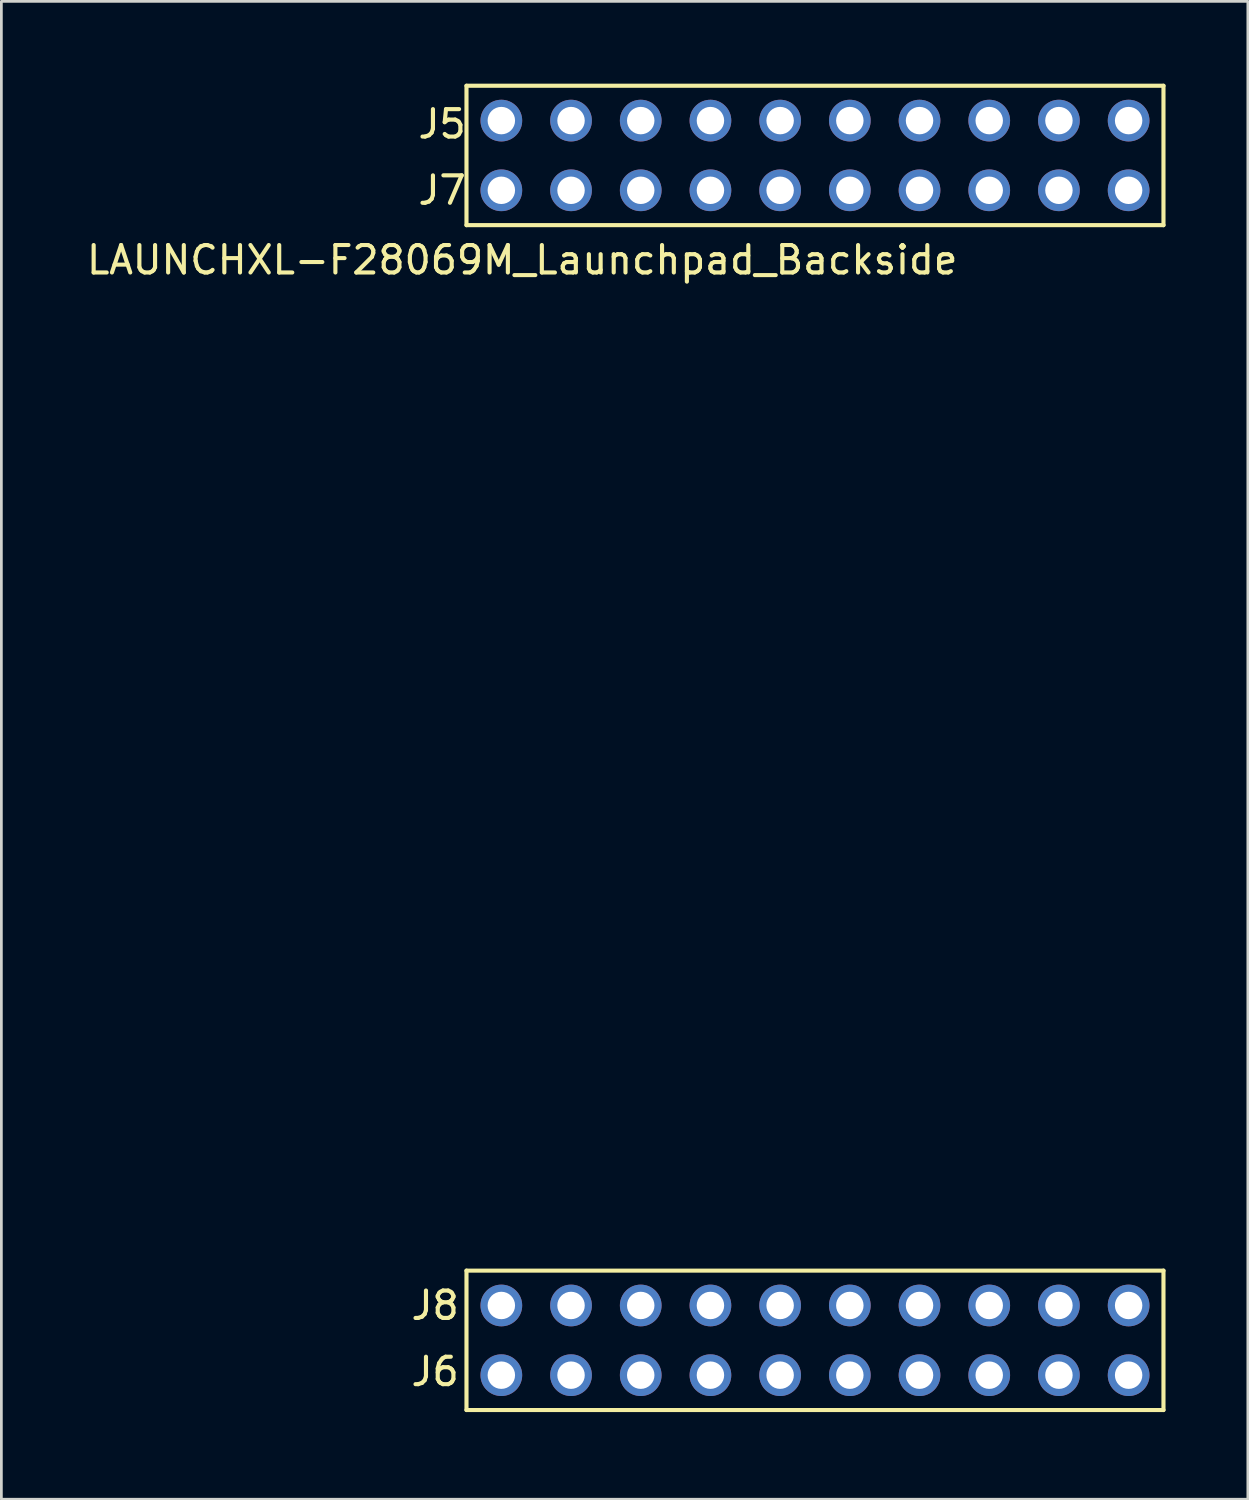
<source format=kicad_pcb>
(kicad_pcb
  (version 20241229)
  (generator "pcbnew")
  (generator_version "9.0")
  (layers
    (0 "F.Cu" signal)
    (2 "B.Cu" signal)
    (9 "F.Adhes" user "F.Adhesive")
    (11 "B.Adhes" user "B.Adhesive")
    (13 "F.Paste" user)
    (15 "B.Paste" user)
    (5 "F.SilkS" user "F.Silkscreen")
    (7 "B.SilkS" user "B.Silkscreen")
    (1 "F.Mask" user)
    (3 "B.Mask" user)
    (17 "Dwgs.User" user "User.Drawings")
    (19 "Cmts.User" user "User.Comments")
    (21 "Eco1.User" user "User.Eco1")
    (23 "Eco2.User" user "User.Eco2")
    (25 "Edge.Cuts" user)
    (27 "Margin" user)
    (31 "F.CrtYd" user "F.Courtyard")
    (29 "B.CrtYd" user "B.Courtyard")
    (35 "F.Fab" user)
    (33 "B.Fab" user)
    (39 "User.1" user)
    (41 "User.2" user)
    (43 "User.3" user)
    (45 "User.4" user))
  (footprint "LAUNCHXL-F28069M_Launchpad_Backside"
    (layer "F.Cu")
    (at 13.95 48.335)
    (property "Reference" "LAUNCHXL-F28069M_Launchpad_Backside" (at 2.032 -41.91 0) (layer "F.SilkS") (effects (font (size 1 1) (thickness 0.15))))
    (attr through_hole)
    (fp_line (start 0 -48.26) (end 0 -43.18) (stroke (width 0.15) (type solid)) (layer "F.SilkS"))
    (fp_line (start 0 -43.18) (end 25.4 -43.18) (stroke (width 0.15) (type solid)) (layer "F.SilkS"))
    (fp_line (start 0 -5.08) (end 0 0) (stroke (width 0.15) (type solid)) (layer "F.SilkS"))
    (fp_line (start 0 0) (end 25.4 0) (stroke (width 0.15) (type solid)) (layer "F.SilkS"))
    (fp_line (start 25.4 -48.26) (end 0 -48.26) (stroke (width 0.15) (type solid)) (layer "F.SilkS"))
    (fp_line (start 25.4 -43.18) (end 25.4 -48.26) (stroke (width 0.15) (type solid)) (layer "F.SilkS"))
    (fp_line (start 25.4 -5.08) (end 0 -5.08) (stroke (width 0.15) (type solid)) (layer "F.SilkS"))
    (fp_line (start 25.4 0) (end 25.4 -5.08) (stroke (width 0.15) (type solid)) (layer "F.SilkS"))
    (fp_text user "J8" (at -1.143 -3.81 0) (layer "F.SilkS") (effects (font (size 1 1) (thickness 0.15))))
    (fp_text user "J7" (at -0.889 -44.45 0) (layer "F.SilkS") (effects (font (size 1 1) (thickness 0.15))))
    (fp_text user "J5" (at -0.889 -46.863 0) (layer "F.SilkS") (effects (font (size 1 1) (thickness 0.15))))
    (fp_text user "J6" (at -1.143 -1.397 0) (layer "F.SilkS") (effects (font (size 1 1) (thickness 0.15))))
    (pad "+3V3" thru_hole circle (at 24.13 -46.99) (size 1.52 1.52) (drill 1) (layers "*.Cu" "*.Mask" "F.Paste"))
    (pad "+5V" thru_hole circle (at 24.13 -44.45) (size 1.52 1.52) (drill 1) (layers "*.Cu" "*.Mask" "F.Paste"))
    (pad "A_A3" thru_hole circle (at 8.89 -44.45) (size 1.52 1.52) (drill 1) (layers "*.Cu" "*.Mask" "F.Paste"))
    (pad "A_A4" thru_hole circle (at 3.81 -44.45) (size 1.52 1.52) (drill 1) (layers "*.Cu" "*.Mask" "F.Paste"))
    (pad "A_A5" thru_hole circle (at 13.97 -44.45) (size 1.52 1.52) (drill 1) (layers "*.Cu" "*.Mask" "F.Paste"))
    (pad "A_B3" thru_hole circle (at 6.35 -44.45) (size 1.52 1.52) (drill 1) (layers "*.Cu" "*.Mask" "F.Paste"))
    (pad "A_B4" thru_hole circle (at 16.51 -44.45) (size 1.52 1.52) (drill 1) (layers "*.Cu" "*.Mask" "F.Paste"))
    (pad "A_B5" thru_hole circle (at 11.43 -44.45) (size 1.52 1.52) (drill 1) (layers "*.Cu" "*.Mask" "F.Paste"))
    (pad "A_B7" thru_hole circle (at 19.05 -44.45) (size 1.52 1.52) (drill 1) (layers "*.Cu" "*.Mask" "F.Paste"))
    (pad "DAC3" thru_hole circle (at 3.81 -3.81) (size 1.52 1.52) (drill 1) (layers "*.Cu" "*.Mask" "F.Paste"))
    (pad "DAC4" thru_hole circle (at 1.27 -3.81) (size 1.52 1.52) (drill 1) (layers "*.Cu" "*.Mask" "F.Paste"))
    (pad "GND" thru_hole circle (at 21.59 -44.45) (size 1.52 1.52) (drill 1) (layers "*.Cu" "*.Mask" "F.Paste"))
    (pad "GND" thru_hole circle (at 24.13 -1.27) (size 1.52 1.52) (drill 1) (layers "*.Cu" "*.Mask" "F.Paste"))
    (pad "NC" thru_hole circle (at 1.27 -44.45) (size 1.52 1.52) (drill 1) (layers "*.Cu" "*.Mask" "F.Paste"))
    (pad "NC" thru_hole circle (at 6.35 -3.81) (size 1.52 1.52) (drill 1) (layers "*.Cu" "*.Mask" "F.Paste"))
    (pad "NC" thru_hole circle (at 8.89 -3.81) (size 1.52 1.52) (drill 1) (layers "*.Cu" "*.Mask" "F.Paste"))
    (pad "NC" thru_hole circle (at 11.43 -46.99) (size 1.52 1.52) (drill 1) (layers "*.Cu" "*.Mask" "F.Paste"))
    (pad "NC" thru_hole circle (at 16.51 -1.27) (size 1.52 1.52) (drill 1) (layers "*.Cu" "*.Mask" "F.Paste"))
    (pad "NC" thru_hole circle (at 21.59 -46.99) (size 1.52 1.52) (drill 1) (layers "*.Cu" "*.Mask" "F.Paste"))
    (pad "P_6" thru_hole circle (at 24.13 -3.81) (size 1.52 1.52) (drill 1) (layers "*.Cu" "*.Mask" "F.Paste"))
    (pad "P_7" thru_hole circle (at 21.59 -3.81) (size 1.52 1.52) (drill 1) (layers "*.Cu" "*.Mask" "F.Paste"))
    (pad "P_8" thru_hole circle (at 19.05 -3.81) (size 1.52 1.52) (drill 1) (layers "*.Cu" "*.Mask" "F.Paste"))
    (pad "P_9" thru_hole circle (at 16.51 -3.81) (size 1.52 1.52) (drill 1) (layers "*.Cu" "*.Mask" "F.Paste"))
    (pad "P_10" thru_hole circle (at 13.97 -3.81) (size 1.52 1.52) (drill 1) (layers "*.Cu" "*.Mask" "F.Paste"))
    (pad "P_11" thru_hole circle (at 11.43 -3.81) (size 1.52 1.52) (drill 1) (layers "*.Cu" "*.Mask" "F.Paste"))
    (pad "P_14" thru_hole circle (at 8.89 -46.99) (size 1.52 1.52) (drill 1) (layers "*.Cu" "*.Mask" "F.Paste"))
    (pad "P_15" thru_hole circle (at 19.05 -46.99) (size 1.52 1.52) (drill 1) (layers "*.Cu" "*.Mask" "F.Paste"))
    (pad "P_20" thru_hole circle (at 13.97 -46.99) (size 1.52 1.52) (drill 1) (layers "*.Cu" "*.Mask" "F.Paste"))
    (pad "P_21" thru_hole circle (at 6.35 -46.99) (size 1.52 1.52) (drill 1) (layers "*.Cu" "*.Mask" "F.Paste"))
    (pad "P_23" thru_hole circle (at 3.81 -46.99) (size 1.52 1.52) (drill 1) (layers "*.Cu" "*.Mask" "F.Paste"))
    (pad "P_24" thru_hole circle (at 11.43 -1.27) (size 1.52 1.52) (drill 1) (layers "*.Cu" "*.Mask" "F.Paste"))
    (pad "P_25" thru_hole circle (at 8.89 -1.27) (size 1.52 1.52) (drill 1) (layers "*.Cu" "*.Mask" "F.Paste"))
    (pad "P_26" thru_hole circle (at 19.05 -1.27) (size 1.52 1.52) (drill 1) (layers "*.Cu" "*.Mask" "F.Paste"))
    (pad "P_27" thru_hole circle (at 21.59 -1.27) (size 1.52 1.52) (drill 1) (layers "*.Cu" "*.Mask" "F.Paste"))
    (pad "P_52" thru_hole circle (at 6.35 -1.27) (size 1.52 1.52) (drill 1) (layers "*.Cu" "*.Mask" "F.Paste"))
    (pad "P_53" thru_hole circle (at 3.81 -1.27) (size 1.52 1.52) (drill 1) (layers "*.Cu" "*.Mask" "F.Paste"))
    (pad "P_54" thru_hole circle (at 1.27 -46.99) (size 1.52 1.52) (drill 1) (layers "*.Cu" "*.Mask" "F.Paste"))
    (pad "P_56" thru_hole circle (at 1.27 -1.27) (size 1.52 1.52) (drill 1) (layers "*.Cu" "*.Mask" "F.Paste"))
    (pad "P_58" thru_hole circle (at 16.51 -46.99) (size 1.52 1.52) (drill 1) (layers "*.Cu" "*.Mask" "F.Paste"))
    (pad "Rese" thru_hole circle (at 13.97 -1.27) (size 1.52 1.52) (drill 1) (layers "*.Cu" "*.Mask" "F.Paste")))
  (gr_rect
    (start -3 -3)
    (end 42.425 51.585)
    (stroke (width 0.1) (type default))
    (fill no)
    (layer "Edge.Cuts")))
</source>
